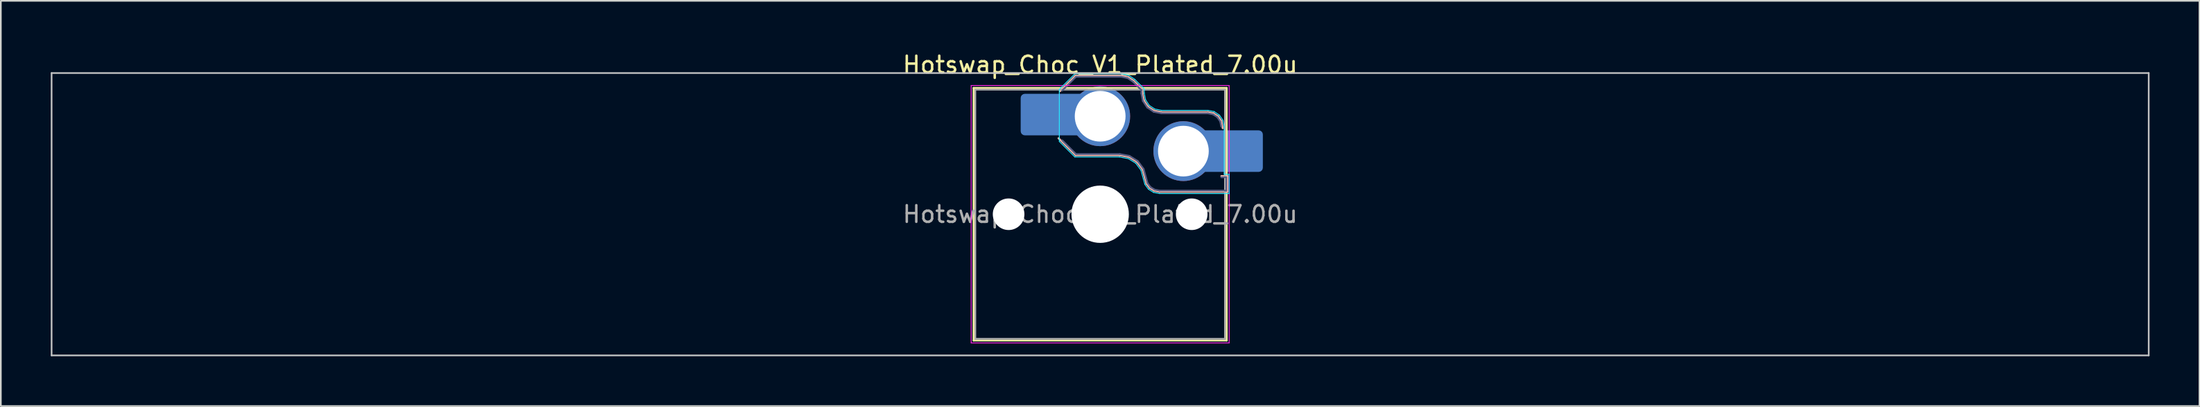
<source format=kicad_pcb>
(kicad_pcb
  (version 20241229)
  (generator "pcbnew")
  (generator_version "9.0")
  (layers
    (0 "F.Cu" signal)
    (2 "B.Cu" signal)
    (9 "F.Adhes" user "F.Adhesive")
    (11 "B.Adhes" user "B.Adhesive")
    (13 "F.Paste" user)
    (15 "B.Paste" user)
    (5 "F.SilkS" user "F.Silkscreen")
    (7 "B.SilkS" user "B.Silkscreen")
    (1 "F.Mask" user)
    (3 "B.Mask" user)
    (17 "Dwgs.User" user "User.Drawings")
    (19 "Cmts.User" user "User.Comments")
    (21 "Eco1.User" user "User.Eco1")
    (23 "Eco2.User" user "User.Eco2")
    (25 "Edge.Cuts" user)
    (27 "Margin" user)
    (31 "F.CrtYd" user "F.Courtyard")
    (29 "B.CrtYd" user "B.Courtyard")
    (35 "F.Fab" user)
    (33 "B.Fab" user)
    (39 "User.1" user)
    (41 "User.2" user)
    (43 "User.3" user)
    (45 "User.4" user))
  (footprint "Hotswap_Choc_V1_Plated_7.00u"
    (layer "F.Cu")
    (at 63.05 9.848)
    (property "Reference" "Hotswap_Choc_V1_Plated_7.00u" (at 0 -9 0) (layer "F.SilkS") (effects (font (size 1 1) (thickness 0.15))))
    (attr smd allow_soldermask_bridges)
    (fp_line (start -7.6 -7.6) (end -7.6 7.6) (stroke (width 0.12) (type solid)) (layer "F.SilkS"))
    (fp_line (start -7.6 7.6) (end 7.6 7.6) (stroke (width 0.12) (type solid)) (layer "F.SilkS"))
    (fp_line (start 7.6 -7.6) (end -7.6 -7.6) (stroke (width 0.12) (type solid)) (layer "F.SilkS"))
    (fp_line (start 7.6 7.6) (end 7.6 -7.6) (stroke (width 0.12) (type solid)) (layer "F.SilkS"))
    (fp_line (start -2.416 -7.409) (end -1.479 -8.346) (stroke (width 0.12) (type solid)) (layer "B.SilkS"))
    (fp_line (start -1.479 -8.346) (end 1.268 -8.346) (stroke (width 0.12) (type solid)) (layer "B.SilkS"))
    (fp_line (start -1.479 -3.554) (end -2.5 -4.575) (stroke (width 0.12) (type solid)) (layer "B.SilkS"))
    (fp_line (start 1.168 -3.554) (end -1.479 -3.554) (stroke (width 0.12) (type solid)) (layer "B.SilkS"))
    (fp_line (start 1.268 -8.346) (end 1.671 -8.266) (stroke (width 0.12) (type solid)) (layer "B.SilkS"))
    (fp_line (start 1.671 -8.266) (end 2.013 -8.037) (stroke (width 0.12) (type solid)) (layer "B.SilkS"))
    (fp_line (start 1.73 -3.449) (end 1.168 -3.554) (stroke (width 0.12) (type solid)) (layer "B.SilkS"))
    (fp_line (start 2.013 -8.037) (end 2.546 -7.504) (stroke (width 0.12) (type solid)) (layer "B.SilkS"))
    (fp_line (start 2.209 -3.15) (end 1.73 -3.449) (stroke (width 0.12) (type solid)) (layer "B.SilkS"))
    (fp_line (start 2.546 -7.504) (end 2.546 -7.282) (stroke (width 0.12) (type solid)) (layer "B.SilkS"))
    (fp_line (start 2.546 -7.282) (end 2.633 -6.844) (stroke (width 0.12) (type solid)) (layer "B.SilkS"))
    (fp_line (start 2.547 -2.697) (end 2.209 -3.15) (stroke (width 0.12) (type solid)) (layer "B.SilkS"))
    (fp_line (start 2.633 -6.844) (end 2.877 -6.477) (stroke (width 0.12) (type solid)) (layer "B.SilkS"))
    (fp_line (start 2.701 -2.139) (end 2.547 -2.697) (stroke (width 0.12) (type solid)) (layer "B.SilkS"))
    (fp_line (start 2.783 -1.841) (end 2.701 -2.139) (stroke (width 0.12) (type solid)) (layer "B.SilkS"))
    (fp_line (start 2.877 -6.477) (end 3.244 -6.233) (stroke (width 0.12) (type solid)) (layer "B.SilkS"))
    (fp_line (start 2.976 -1.583) (end 2.783 -1.841) (stroke (width 0.12) (type solid)) (layer "B.SilkS"))
    (fp_line (start 3.244 -6.233) (end 3.682 -6.146) (stroke (width 0.12) (type solid)) (layer "B.SilkS"))
    (fp_line (start 3.25 -1.413) (end 2.976 -1.583) (stroke (width 0.12) (type solid)) (layer "B.SilkS"))
    (fp_line (start 3.56 -1.354) (end 3.25 -1.413) (stroke (width 0.12) (type solid)) (layer "B.SilkS"))
    (fp_line (start 3.682 -6.146) (end 6.482 -6.146) (stroke (width 0.12) (type solid)) (layer "B.SilkS"))
    (fp_line (start 6.482 -6.146) (end 6.809 -6.081) (stroke (width 0.12) (type solid)) (layer "B.SilkS"))
    (fp_line (start 6.809 -6.081) (end 7.092 -5.892) (stroke (width 0.12) (type solid)) (layer "B.SilkS"))
    (fp_line (start 7.092 -5.892) (end 7.281 -5.609) (stroke (width 0.12) (type solid)) (layer "B.SilkS"))
    (fp_line (start 7.281 -5.609) (end 7.366 -5.182) (stroke (width 0.12) (type solid)) (layer "B.SilkS"))
    (fp_line (start 7.283 -2.296) (end 7.646 -2.296) (stroke (width 0.12) (type solid)) (layer "B.SilkS"))
    (fp_line (start 7.646 -2.296) (end 7.646 -1.354) (stroke (width 0.12) (type solid)) (layer "B.SilkS"))
    (fp_line (start 7.646 -1.354) (end 3.56 -1.354) (stroke (width 0.12) (type solid)) (layer "B.SilkS"))
    (fp_line (start -63 -8.5) (end -63 8.5) (stroke (width 0.1) (type solid)) (layer "Dwgs.User"))
    (fp_line (start -63 8.5) (end 63 8.5) (stroke (width 0.1) (type solid)) (layer "Dwgs.User"))
    (fp_line (start 63 -8.5) (end -63 -8.5) (stroke (width 0.1) (type solid)) (layer "Dwgs.User"))
    (fp_line (start 63 8.5) (end 63 -8.5) (stroke (width 0.1) (type solid)) (layer "Dwgs.User"))
    (fp_line (start -7.25 -7.25) (end -7.25 7.25) (stroke (width 0.1) (type solid)) (layer "Eco1.User"))
    (fp_line (start -7.25 7.25) (end 7.25 7.25) (stroke (width 0.1) (type solid)) (layer "Eco1.User"))
    (fp_line (start 7.25 -7.25) (end -7.25 -7.25) (stroke (width 0.1) (type solid)) (layer "Eco1.User"))
    (fp_line (start 7.25 7.25) (end 7.25 -7.25) (stroke (width 0.1) (type solid)) (layer "Eco1.User"))
    (fp_line (start -2.452 -7.523) (end -1.523 -8.452) (stroke (width 0.05) (type solid)) (layer "B.CrtYd"))
    (fp_line (start -2.452 -4.377) (end -2.452 -7.523) (stroke (width 0.05) (type solid)) (layer "B.CrtYd"))
    (fp_line (start -1.523 -8.452) (end 1.278 -8.452) (stroke (width 0.05) (type solid)) (layer "B.CrtYd"))
    (fp_line (start -1.523 -3.448) (end -2.452 -4.377) (stroke (width 0.05) (type solid)) (layer "B.CrtYd"))
    (fp_line (start 1.159 -3.448) (end -1.523 -3.448) (stroke (width 0.05) (type solid)) (layer "B.CrtYd"))
    (fp_line (start 1.278 -8.452) (end 1.712 -8.366) (stroke (width 0.05) (type solid)) (layer "B.CrtYd"))
    (fp_line (start 1.691 -3.348) (end 1.159 -3.448) (stroke (width 0.05) (type solid)) (layer "B.CrtYd"))
    (fp_line (start 1.712 -8.366) (end 2.081 -8.119) (stroke (width 0.05) (type solid)) (layer "B.CrtYd"))
    (fp_line (start 2.081 -8.119) (end 2.652 -7.548) (stroke (width 0.05) (type solid)) (layer "B.CrtYd"))
    (fp_line (start 2.136 -3.071) (end 1.691 -3.348) (stroke (width 0.05) (type solid)) (layer "B.CrtYd"))
    (fp_line (start 2.45 -2.65) (end 2.136 -3.071) (stroke (width 0.05) (type solid)) (layer "B.CrtYd"))
    (fp_line (start 2.599 -2.111) (end 2.45 -2.65) (stroke (width 0.05) (type solid)) (layer "B.CrtYd"))
    (fp_line (start 2.652 -7.548) (end 2.652 -7.292) (stroke (width 0.05) (type solid)) (layer "B.CrtYd"))
    (fp_line (start 2.652 -7.292) (end 2.733 -6.885) (stroke (width 0.05) (type solid)) (layer "B.CrtYd"))
    (fp_line (start 2.687 -1.794) (end 2.599 -2.111) (stroke (width 0.05) (type solid)) (layer "B.CrtYd"))
    (fp_line (start 2.733 -6.885) (end 2.953 -6.553) (stroke (width 0.05) (type solid)) (layer "B.CrtYd"))
    (fp_line (start 2.903 -1.503) (end 2.687 -1.794) (stroke (width 0.05) (type solid)) (layer "B.CrtYd"))
    (fp_line (start 2.953 -6.553) (end 3.285 -6.333) (stroke (width 0.05) (type solid)) (layer "B.CrtYd"))
    (fp_line (start 3.211 -1.312) (end 2.903 -1.503) (stroke (width 0.05) (type solid)) (layer "B.CrtYd"))
    (fp_line (start 3.285 -6.333) (end 3.692 -6.252) (stroke (width 0.05) (type solid)) (layer "B.CrtYd"))
    (fp_line (start 3.55 -1.248) (end 3.211 -1.312) (stroke (width 0.05) (type solid)) (layer "B.CrtYd"))
    (fp_line (start 3.692 -6.252) (end 6.492 -6.252) (stroke (width 0.05) (type solid)) (layer "B.CrtYd"))
    (fp_line (start 6.492 -6.252) (end 6.85 -6.181) (stroke (width 0.05) (type solid)) (layer "B.CrtYd"))
    (fp_line (start 6.85 -6.181) (end 7.168 -5.968) (stroke (width 0.05) (type solid)) (layer "B.CrtYd"))
    (fp_line (start 7.168 -5.968) (end 7.381 -5.65) (stroke (width 0.05) (type solid)) (layer "B.CrtYd"))
    (fp_line (start 7.381 -5.65) (end 7.452 -5.292) (stroke (width 0.05) (type solid)) (layer "B.CrtYd"))
    (fp_line (start 7.452 -5.292) (end 7.452 -2.402) (stroke (width 0.05) (type solid)) (layer "B.CrtYd"))
    (fp_line (start 7.452 -2.402) (end 7.752 -2.402) (stroke (width 0.05) (type solid)) (layer "B.CrtYd"))
    (fp_line (start 7.752 -2.402) (end 7.752 -1.248) (stroke (width 0.05) (type solid)) (layer "B.CrtYd"))
    (fp_line (start 7.752 -1.248) (end 3.55 -1.248) (stroke (width 0.05) (type solid)) (layer "B.CrtYd"))
    (fp_line (start -7.75 -7.75) (end -7.75 7.75) (stroke (width 0.05) (type solid)) (layer "F.CrtYd"))
    (fp_line (start -7.75 7.75) (end 7.75 7.75) (stroke (width 0.05) (type solid)) (layer "F.CrtYd"))
    (fp_line (start 7.75 -7.75) (end -7.75 -7.75) (stroke (width 0.05) (type solid)) (layer "F.CrtYd"))
    (fp_line (start 7.75 7.75) (end 7.75 -7.75) (stroke (width 0.05) (type solid)) (layer "F.CrtYd"))
    (fp_line (start -2.275 -7.45) (end -1.45 -8.275) (stroke (width 0.1) (type solid)) (layer "B.Fab"))
    (fp_line (start -1.45 -8.275) (end 1.261 -8.275) (stroke (width 0.1) (type solid)) (layer "B.Fab"))
    (fp_line (start -1.45 -3.625) (end -2.275 -4.45) (stroke (width 0.1) (type solid)) (layer "B.Fab"))
    (fp_line (start 1.175 -3.625) (end -1.45 -3.625) (stroke (width 0.1) (type solid)) (layer "B.Fab"))
    (fp_line (start 1.261 -8.275) (end 1.643 -8.199) (stroke (width 0.1) (type solid)) (layer "B.Fab"))
    (fp_line (start 1.643 -8.199) (end 1.968 -7.982) (stroke (width 0.1) (type solid)) (layer "B.Fab"))
    (fp_line (start 1.756 -3.516) (end 1.175 -3.625) (stroke (width 0.1) (type solid)) (layer "B.Fab"))
    (fp_line (start 1.968 -7.982) (end 2.475 -7.475) (stroke (width 0.1) (type solid)) (layer "B.Fab"))
    (fp_line (start 2.258 -3.203) (end 1.756 -3.516) (stroke (width 0.1) (type solid)) (layer "B.Fab"))
    (fp_line (start 2.475 -7.475) (end 2.475 -7.275) (stroke (width 0.1) (type solid)) (layer "B.Fab"))
    (fp_line (start 2.475 -7.275) (end 2.566 -6.816) (stroke (width 0.1) (type solid)) (layer "B.Fab"))
    (fp_line (start 2.566 -6.816) (end 2.826 -6.426) (stroke (width 0.1) (type solid)) (layer "B.Fab"))
    (fp_line (start 2.612 -2.729) (end 2.258 -3.203) (stroke (width 0.1) (type solid)) (layer "B.Fab"))
    (fp_line (start 2.769 -2.158) (end 2.612 -2.729) (stroke (width 0.1) (type solid)) (layer "B.Fab"))
    (fp_line (start 2.826 -6.426) (end 3.216 -6.166) (stroke (width 0.1) (type solid)) (layer "B.Fab"))
    (fp_line (start 2.848 -1.873) (end 2.769 -2.158) (stroke (width 0.1) (type solid)) (layer "B.Fab"))
    (fp_line (start 3.025 -1.636) (end 2.848 -1.873) (stroke (width 0.1) (type solid)) (layer "B.Fab"))
    (fp_line (start 3.216 -6.166) (end 3.675 -6.075) (stroke (width 0.1) (type solid)) (layer "B.Fab"))
    (fp_line (start 3.276 -1.48) (end 3.025 -1.636) (stroke (width 0.1) (type solid)) (layer "B.Fab"))
    (fp_line (start 3.567 -1.425) (end 3.276 -1.48) (stroke (width 0.1) (type solid)) (layer "B.Fab"))
    (fp_line (start 3.675 -6.075) (end 6.475 -6.075) (stroke (width 0.1) (type solid)) (layer "B.Fab"))
    (fp_line (start 6.475 -6.075) (end 6.781 -6.014) (stroke (width 0.1) (type solid)) (layer "B.Fab"))
    (fp_line (start 6.781 -6.014) (end 7.041 -5.841) (stroke (width 0.1) (type solid)) (layer "B.Fab"))
    (fp_line (start 7.041 -5.841) (end 7.214 -5.581) (stroke (width 0.1) (type solid)) (layer "B.Fab"))
    (fp_line (start 7.214 -5.581) (end 7.275 -5.275) (stroke (width 0.1) (type solid)) (layer "B.Fab"))
    (fp_line (start 7.275 -2.225) (end 7.575 -2.225) (stroke (width 0.1) (type solid)) (layer "B.Fab"))
    (fp_line (start 7.575 -2.225) (end 7.575 -1.425) (stroke (width 0.1) (type solid)) (layer "B.Fab"))
    (fp_line (start 7.575 -1.425) (end 3.567 -1.425) (stroke (width 0.1) (type solid)) (layer "B.Fab"))
    (fp_line (start -7.5 -7.5) (end -7.5 7.5) (stroke (width 0.1) (type solid)) (layer "F.Fab"))
    (fp_line (start -7.5 7.5) (end 7.5 7.5) (stroke (width 0.1) (type solid)) (layer "F.Fab"))
    (fp_line (start 7.5 -7.5) (end -7.5 -7.5) (stroke (width 0.1) (type solid)) (layer "F.Fab"))
    (fp_line (start 7.5 7.5) (end 7.5 -7.5) (stroke (width 0.1) (type solid)) (layer "F.Fab"))
    (fp_text user "${REFERENCE}" (at 0 0 0) (layer "F.Fab") (effects (font (size 1 1) (thickness 0.15))))
    (pad "" np_thru_hole circle (at -5.5 0) (size 1.9 1.9) (drill 1.9) (layers "*.Cu" "*.Mask"))
    (pad "" smd roundrect (at -3.5 -6) (size 2.55 2.5) (layers "B.Mask" "B.Paste") (roundrect_rratio 0.1))
    (pad "" np_thru_hole circle (at 0 0) (size 3.45 3.45) (drill 3.45) (layers "*.Cu" "*.Mask"))
    (pad "" np_thru_hole circle (at 5.5 0) (size 1.9 1.9) (drill 1.9) (layers "*.Cu" "*.Mask"))
    (pad "" smd roundrect (at 8.5 -3.8) (size 2.55 2.5) (layers "B.Mask" "B.Paste") (roundrect_rratio 0.1))
    (pad "1" smd roundrect (at -2.85 -6) (size 3.85 2.5) (layers "B.Cu") (roundrect_rratio 0.1))
    (pad "1" thru_hole circle (at 0 -5.9) (size 3.6 3.6) (drill 3.05) (layers "*.Cu" "*.Mask"))
    (pad "2" thru_hole circle (at 5 -3.8) (size 3.6 3.6) (drill 3.05) (layers "*.Cu" "*.Mask"))
    (pad "2" smd roundrect (at 7.85 -3.8) (size 3.85 2.5) (layers "B.Cu") (roundrect_rratio 0.1)))
  (gr_rect
    (start -3 -3)
    (end 129.1 21.398)
    (stroke (width 0.1) (type default))
    (fill no)
    (layer "Edge.Cuts")))
</source>
